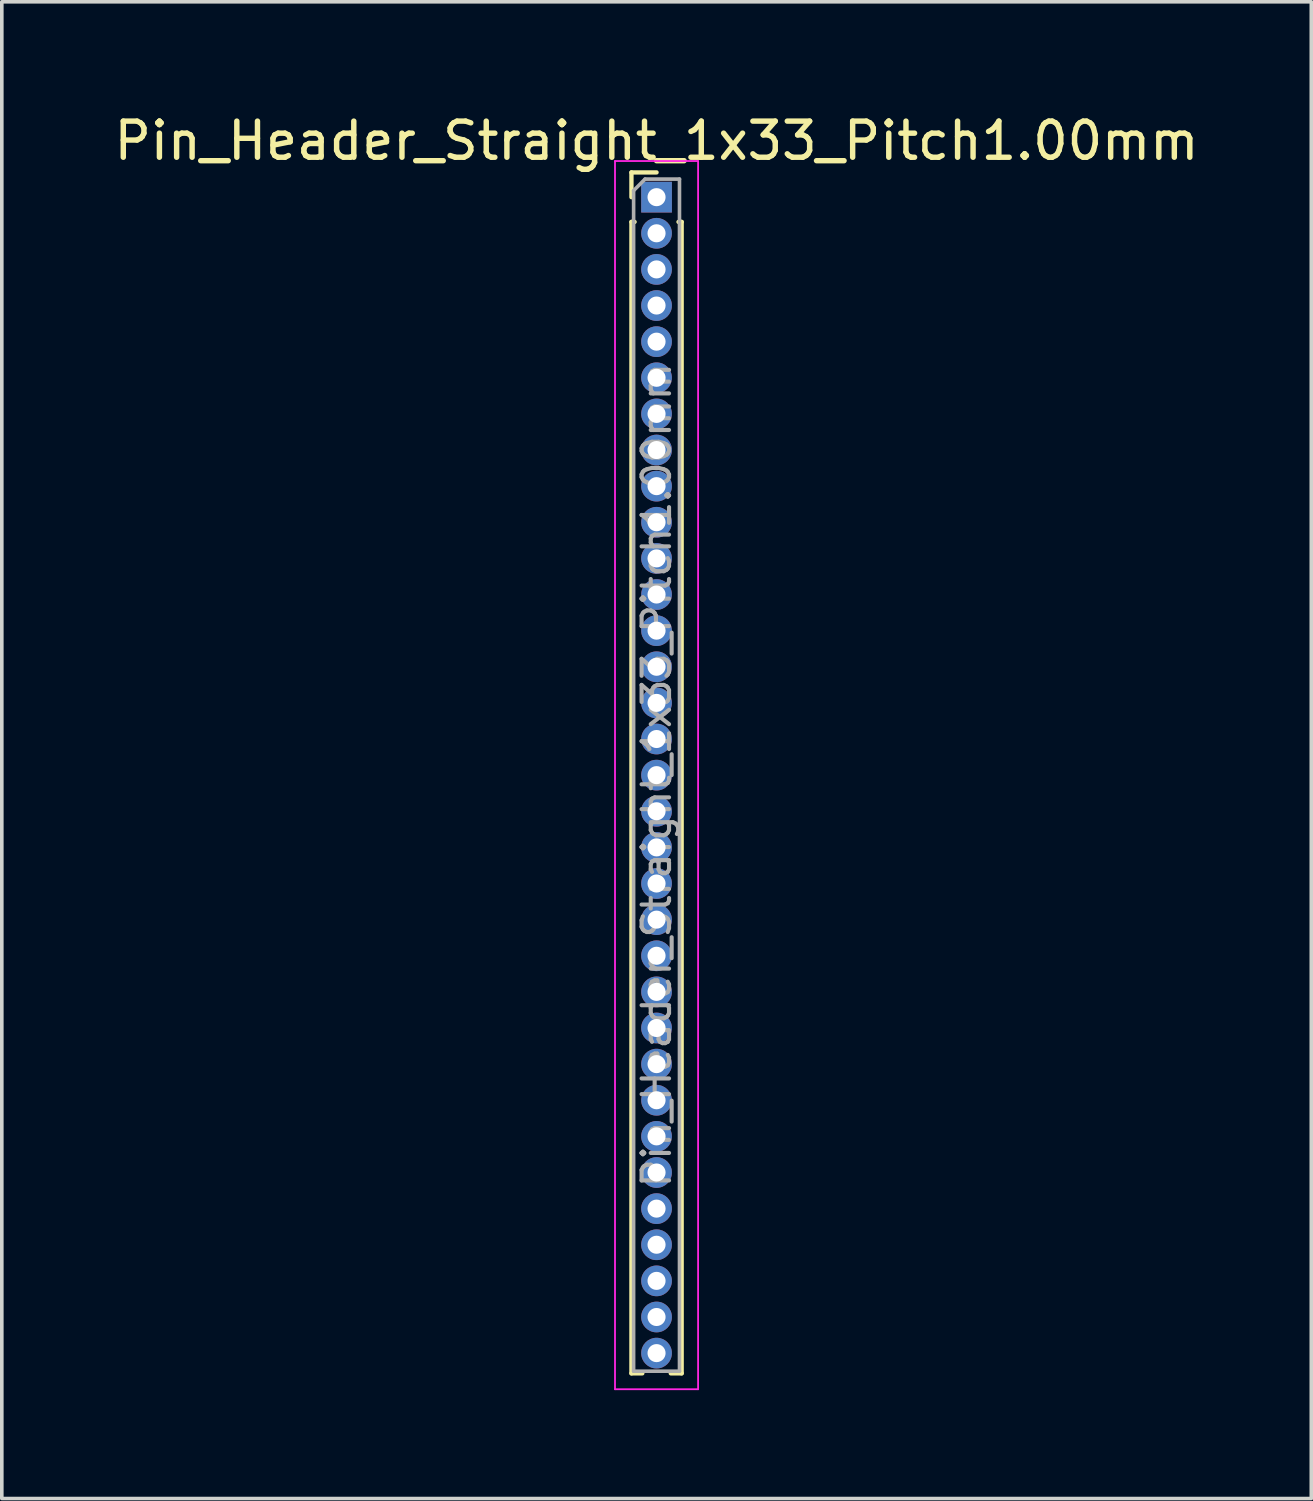
<source format=kicad_pcb>
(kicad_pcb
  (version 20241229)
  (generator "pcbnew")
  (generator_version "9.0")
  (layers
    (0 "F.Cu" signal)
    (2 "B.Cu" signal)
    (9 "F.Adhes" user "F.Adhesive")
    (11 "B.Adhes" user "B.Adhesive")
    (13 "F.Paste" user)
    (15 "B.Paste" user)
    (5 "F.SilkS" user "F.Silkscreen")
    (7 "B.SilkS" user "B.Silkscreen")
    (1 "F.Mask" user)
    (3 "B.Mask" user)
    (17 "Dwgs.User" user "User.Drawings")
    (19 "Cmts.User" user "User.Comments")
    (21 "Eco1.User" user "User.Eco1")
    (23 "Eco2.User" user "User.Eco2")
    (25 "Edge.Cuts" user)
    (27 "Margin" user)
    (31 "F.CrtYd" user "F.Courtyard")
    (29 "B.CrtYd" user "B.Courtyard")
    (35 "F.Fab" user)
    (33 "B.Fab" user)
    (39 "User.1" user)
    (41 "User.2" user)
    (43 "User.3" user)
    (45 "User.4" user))
  (footprint "Pin_Header_Straight_1x33_Pitch1.00mm"
    (layer "F.Cu")
    (at 15.125 2.408)
    (property "Reference" "Pin_Header_Straight_1x33_Pitch1.00mm" (at 0 -1.56 0) (layer "F.SilkS") (effects (font (size 1 1) (thickness 0.15))))
    (attr through_hole)
    (fp_line (start -0.695 -0.685) (end 0 -0.685) (stroke (width 0.12) (type solid)) (layer "F.SilkS"))
    (fp_line (start -0.695 0) (end -0.695 -0.685) (stroke (width 0.12) (type solid)) (layer "F.SilkS"))
    (fp_line (start -0.695 0.685) (end -0.695 32.56) (stroke (width 0.12) (type solid)) (layer "F.SilkS"))
    (fp_line (start -0.695 0.685) (end -0.608 0.685) (stroke (width 0.12) (type solid)) (layer "F.SilkS"))
    (fp_line (start -0.695 32.56) (end -0.394 32.56) (stroke (width 0.12) (type solid)) (layer "F.SilkS"))
    (fp_line (start 0.394 32.56) (end 0.695 32.56) (stroke (width 0.12) (type solid)) (layer "F.SilkS"))
    (fp_line (start 0.608 0.685) (end 0.695 0.685) (stroke (width 0.12) (type solid)) (layer "F.SilkS"))
    (fp_line (start 0.695 0.685) (end 0.695 32.56) (stroke (width 0.12) (type solid)) (layer "F.SilkS"))
    (fp_line (start -1.15 -1) (end -1.15 33) (stroke (width 0.05) (type solid)) (layer "F.CrtYd"))
    (fp_line (start -1.15 33) (end 1.15 33) (stroke (width 0.05) (type solid)) (layer "F.CrtYd"))
    (fp_line (start 1.15 -1) (end -1.15 -1) (stroke (width 0.05) (type solid)) (layer "F.CrtYd"))
    (fp_line (start 1.15 33) (end 1.15 -1) (stroke (width 0.05) (type solid)) (layer "F.CrtYd"))
    (fp_line (start -0.635 -0.182) (end -0.318 -0.5) (stroke (width 0.1) (type solid)) (layer "F.Fab"))
    (fp_line (start -0.635 32.5) (end -0.635 -0.182) (stroke (width 0.1) (type solid)) (layer "F.Fab"))
    (fp_line (start -0.318 -0.5) (end 0.635 -0.5) (stroke (width 0.1) (type solid)) (layer "F.Fab"))
    (fp_line (start 0.635 -0.5) (end 0.635 32.5) (stroke (width 0.1) (type solid)) (layer "F.Fab"))
    (fp_line (start 0.635 32.5) (end -0.635 32.5) (stroke (width 0.1) (type solid)) (layer "F.Fab"))
    (fp_text user "${REFERENCE}" (at 0 16 90) (layer "F.Fab") (effects (font (size 0.76 0.76) (thickness 0.114))))
    (pad "1" thru_hole rect (at 0 0) (size 0.85 0.85) (drill 0.5) (layers "*.Cu" "*.Mask"))
    (pad "2" thru_hole oval (at 0 1) (size 0.85 0.85) (drill 0.5) (layers "*.Cu" "*.Mask"))
    (pad "3" thru_hole oval (at 0 2) (size 0.85 0.85) (drill 0.5) (layers "*.Cu" "*.Mask"))
    (pad "4" thru_hole oval (at 0 3) (size 0.85 0.85) (drill 0.5) (layers "*.Cu" "*.Mask"))
    (pad "5" thru_hole oval (at 0 4) (size 0.85 0.85) (drill 0.5) (layers "*.Cu" "*.Mask"))
    (pad "6" thru_hole oval (at 0 5) (size 0.85 0.85) (drill 0.5) (layers "*.Cu" "*.Mask"))
    (pad "7" thru_hole oval (at 0 6) (size 0.85 0.85) (drill 0.5) (layers "*.Cu" "*.Mask"))
    (pad "8" thru_hole oval (at 0 7) (size 0.85 0.85) (drill 0.5) (layers "*.Cu" "*.Mask"))
    (pad "9" thru_hole oval (at 0 8) (size 0.85 0.85) (drill 0.5) (layers "*.Cu" "*.Mask"))
    (pad "10" thru_hole oval (at 0 9) (size 0.85 0.85) (drill 0.5) (layers "*.Cu" "*.Mask"))
    (pad "11" thru_hole oval (at 0 10) (size 0.85 0.85) (drill 0.5) (layers "*.Cu" "*.Mask"))
    (pad "12" thru_hole oval (at 0 11) (size 0.85 0.85) (drill 0.5) (layers "*.Cu" "*.Mask"))
    (pad "13" thru_hole oval (at 0 12) (size 0.85 0.85) (drill 0.5) (layers "*.Cu" "*.Mask"))
    (pad "14" thru_hole oval (at 0 13) (size 0.85 0.85) (drill 0.5) (layers "*.Cu" "*.Mask"))
    (pad "15" thru_hole oval (at 0 14) (size 0.85 0.85) (drill 0.5) (layers "*.Cu" "*.Mask"))
    (pad "16" thru_hole oval (at 0 15) (size 0.85 0.85) (drill 0.5) (layers "*.Cu" "*.Mask"))
    (pad "17" thru_hole oval (at 0 16) (size 0.85 0.85) (drill 0.5) (layers "*.Cu" "*.Mask"))
    (pad "18" thru_hole oval (at 0 17) (size 0.85 0.85) (drill 0.5) (layers "*.Cu" "*.Mask"))
    (pad "19" thru_hole oval (at 0 18) (size 0.85 0.85) (drill 0.5) (layers "*.Cu" "*.Mask"))
    (pad "20" thru_hole oval (at 0 19) (size 0.85 0.85) (drill 0.5) (layers "*.Cu" "*.Mask"))
    (pad "21" thru_hole oval (at 0 20) (size 0.85 0.85) (drill 0.5) (layers "*.Cu" "*.Mask"))
    (pad "22" thru_hole oval (at 0 21) (size 0.85 0.85) (drill 0.5) (layers "*.Cu" "*.Mask"))
    (pad "23" thru_hole oval (at 0 22) (size 0.85 0.85) (drill 0.5) (layers "*.Cu" "*.Mask"))
    (pad "24" thru_hole oval (at 0 23) (size 0.85 0.85) (drill 0.5) (layers "*.Cu" "*.Mask"))
    (pad "25" thru_hole oval (at 0 24) (size 0.85 0.85) (drill 0.5) (layers "*.Cu" "*.Mask"))
    (pad "26" thru_hole oval (at 0 25) (size 0.85 0.85) (drill 0.5) (layers "*.Cu" "*.Mask"))
    (pad "27" thru_hole oval (at 0 26) (size 0.85 0.85) (drill 0.5) (layers "*.Cu" "*.Mask"))
    (pad "28" thru_hole oval (at 0 27) (size 0.85 0.85) (drill 0.5) (layers "*.Cu" "*.Mask"))
    (pad "29" thru_hole oval (at 0 28) (size 0.85 0.85) (drill 0.5) (layers "*.Cu" "*.Mask"))
    (pad "30" thru_hole oval (at 0 29) (size 0.85 0.85) (drill 0.5) (layers "*.Cu" "*.Mask"))
    (pad "31" thru_hole oval (at 0 30) (size 0.85 0.85) (drill 0.5) (layers "*.Cu" "*.Mask"))
    (pad "32" thru_hole oval (at 0 31) (size 0.85 0.85) (drill 0.5) (layers "*.Cu" "*.Mask"))
    (pad "33" thru_hole oval (at 0 32) (size 0.85 0.85) (drill 0.5) (layers "*.Cu" "*.Mask")))
  (gr_rect
    (start -3 -3)
    (end 33.25 38.433)
    (stroke (width 0.1) (type default))
    (fill no)
    (layer "Edge.Cuts")))
</source>
